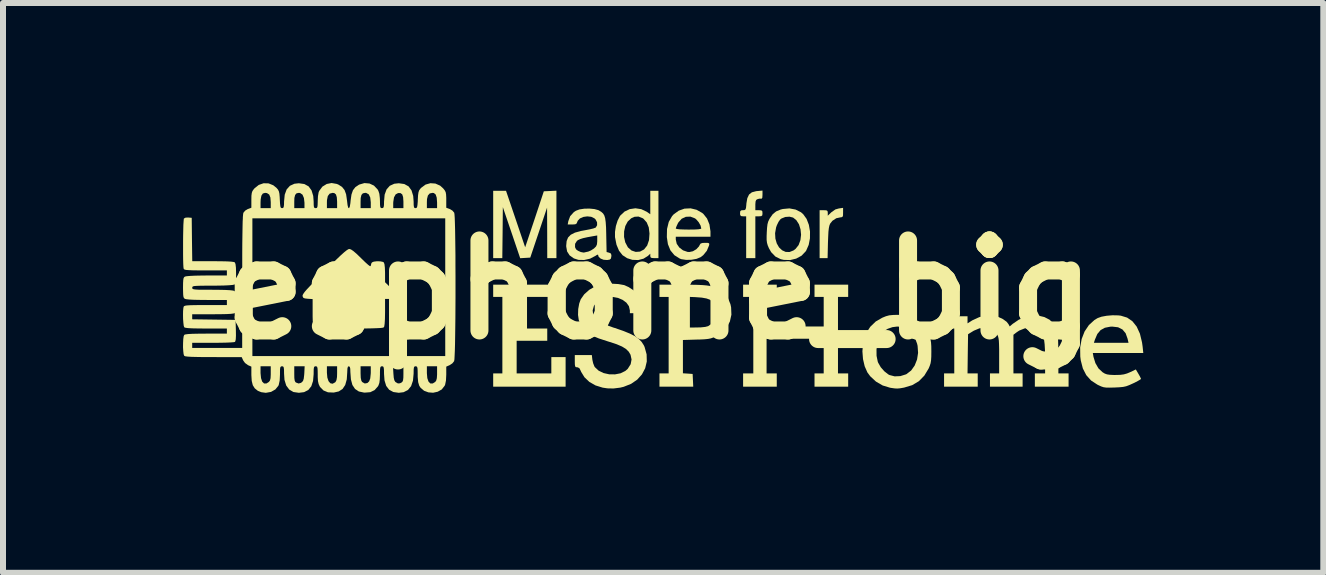
<source format=kicad_pcb>
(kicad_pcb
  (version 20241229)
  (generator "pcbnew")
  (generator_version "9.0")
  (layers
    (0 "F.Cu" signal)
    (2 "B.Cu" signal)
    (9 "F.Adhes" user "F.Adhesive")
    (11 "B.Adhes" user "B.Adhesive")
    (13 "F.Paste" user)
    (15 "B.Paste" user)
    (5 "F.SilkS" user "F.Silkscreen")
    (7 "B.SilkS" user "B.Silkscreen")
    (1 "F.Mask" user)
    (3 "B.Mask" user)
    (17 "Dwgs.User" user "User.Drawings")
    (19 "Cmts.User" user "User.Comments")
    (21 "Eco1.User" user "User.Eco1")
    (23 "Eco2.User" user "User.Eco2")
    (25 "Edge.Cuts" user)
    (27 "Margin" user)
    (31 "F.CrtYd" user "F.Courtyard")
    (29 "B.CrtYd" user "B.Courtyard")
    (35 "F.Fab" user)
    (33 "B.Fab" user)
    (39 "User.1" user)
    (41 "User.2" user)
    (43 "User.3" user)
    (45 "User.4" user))
  (footprint "esphome_big"
    (layer "F.Cu")
    (at 7.94 1.779)
    (property "Reference" "esphome_big" (at 0 0 0) (layer "F.SilkS") (effects (font (size 1.5 1.5) (thickness 0.3))))
    (attr board_only exclude_from_pos_files exclude_from_bom)
    (fp_poly (pts (xy -1.717 -1.089) (xy -1.717 -0.527) (xy -1.794 -0.527) (xy -1.87 -0.527) (xy -1.871 -0.948) (xy -1.873 -1.369) (xy -2.013 -0.952) (xy -2.153 -0.536) (xy -2.237 -0.531) (xy -2.321 -0.526) (xy -2.465 -0.951) (xy -2.61 -1.377) (xy -2.614 -0.952) (xy -2.619 -0.527) (xy -2.695 -0.527) (xy -2.771 -0.527) (xy -2.771 -1.088) (xy -2.771 -1.649) (xy -2.664 -1.649) (xy -2.557 -1.649) (xy -2.397 -1.178) (xy -2.238 -0.708) (xy -2.082 -1.174) (xy -1.927 -1.641) (xy -1.822 -1.646) (xy -1.717 -1.651)) (stroke (width 0) (type solid)) (fill yes) (layer "F.SilkS"))
    (fp_poly (pts (xy 3.06 -1.286) (xy 3.059 -1.238) (xy 3.05 -1.215) (xy 3.031 -1.208) (xy 3.017 -1.207) (xy 2.947 -1.192) (xy 2.883 -1.15) (xy 2.844 -1.101) (xy 2.832 -1.07) (xy 2.823 -1.028) (xy 2.816 -0.968) (xy 2.812 -0.886) (xy 2.808 -0.786) (xy 2.802 -0.527) (xy 2.735 -0.527) (xy 2.669 -0.527) (xy 2.669 -0.927) (xy 2.669 -1.326) (xy 2.737 -1.326) (xy 2.781 -1.324) (xy 2.8 -1.313) (xy 2.805 -1.287) (xy 2.805 -1.28) (xy 2.805 -1.234) (xy 2.863 -1.29) (xy 2.932 -1.339) (xy 2.99 -1.355) (xy 3.06 -1.365)) (stroke (width 0) (type solid)) (fill yes) (layer "F.SilkS"))
    (fp_poly (pts (xy -1.564 0.162) (xy -1.564 0.408) (xy -1.683 0.408) (xy -1.802 0.408) (xy -1.802 0.264) (xy -1.802 0.119) (xy -2.091 0.119) (xy -2.38 0.119) (xy -2.38 0.383) (xy -2.38 0.646) (xy -2.125 0.646) (xy -1.87 0.646) (xy -1.87 0.748) (xy -1.87 0.85) (xy -2.125 0.85) (xy -2.38 0.85) (xy -2.38 1.122) (xy -2.38 1.394) (xy -2.091 1.394) (xy -1.802 1.394) (xy -1.802 1.258) (xy -1.802 1.122) (xy -1.683 1.122) (xy -1.564 1.122) (xy -1.564 1.369) (xy -1.564 1.615) (xy -2.168 1.615) (xy -2.771 1.615) (xy -2.771 1.505) (xy -2.771 1.394) (xy -2.695 1.394) (xy -2.618 1.394) (xy -2.618 0.757) (xy -2.618 0.119) (xy -2.695 0.119) (xy -2.771 0.119) (xy -2.771 0.017) (xy -2.771 -0.085) (xy -2.168 -0.085) (xy -1.564 -0.085)) (stroke (width 0) (type solid)) (fill yes) (layer "F.SilkS"))
    (fp_poly (pts (xy 1.717 -1.581) (xy 1.714 -1.534) (xy 1.702 -1.517) (xy 1.696 -1.518) (xy 1.664 -1.518) (xy 1.636 -1.511) (xy 1.613 -1.498) (xy 1.602 -1.473) (xy 1.598 -1.426) (xy 1.598 -1.412) (xy 1.598 -1.326) (xy 1.658 -1.326) (xy 1.698 -1.323) (xy 1.714 -1.309) (xy 1.717 -1.275) (xy 1.714 -1.241) (xy 1.697 -1.227) (xy 1.658 -1.224) (xy 1.598 -1.224) (xy 1.598 -0.876) (xy 1.598 -0.527) (xy 1.522 -0.527) (xy 1.445 -0.527) (xy 1.445 -0.876) (xy 1.445 -1.224) (xy 1.394 -1.224) (xy 1.358 -1.228) (xy 1.345 -1.248) (xy 1.343 -1.275) (xy 1.347 -1.311) (xy 1.367 -1.325) (xy 1.392 -1.326) (xy 1.418 -1.328) (xy 1.433 -1.338) (xy 1.442 -1.363) (xy 1.447 -1.412) (xy 1.449 -1.439) (xy 1.464 -1.526) (xy 1.493 -1.587) (xy 1.54 -1.624) (xy 1.611 -1.643) (xy 1.631 -1.645) (xy 1.717 -1.653)) (stroke (width 0) (type solid)) (fill yes) (layer "F.SilkS"))
    (fp_poly (pts (xy -0.017 -1.088) (xy -0.017 -0.527) (xy -0.085 -0.527) (xy -0.129 -0.53) (xy -0.149 -0.541) (xy -0.153 -0.564) (xy -0.153 -0.601) (xy -0.191 -0.565) (xy -0.266 -0.518) (xy -0.355 -0.495) (xy -0.452 -0.499) (xy -0.538 -0.526) (xy -0.615 -0.576) (xy -0.674 -0.651) (xy -0.716 -0.751) (xy -0.741 -0.877) (xy -0.741 -0.88) (xy -0.59 -0.88) (xy -0.57 -0.79) (xy -0.528 -0.711) (xy -0.525 -0.706) (xy -0.465 -0.654) (xy -0.396 -0.631) (xy -0.324 -0.636) (xy -0.257 -0.672) (xy -0.205 -0.737) (xy -0.174 -0.827) (xy -0.166 -0.937) (xy -0.178 -1.039) (xy -0.212 -1.122) (xy -0.265 -1.182) (xy -0.279 -1.192) (xy -0.349 -1.22) (xy -0.417 -1.216) (xy -0.471 -1.191) (xy -0.529 -1.137) (xy -0.569 -1.062) (xy -0.589 -0.973) (xy -0.59 -0.88) (xy -0.741 -0.88) (xy -0.741 -0.965) (xy -0.726 -1.062) (xy -0.697 -1.154) (xy -0.659 -1.228) (xy -0.653 -1.236) (xy -0.582 -1.303) (xy -0.495 -1.344) (xy -0.4 -1.358) (xy -0.303 -1.343) (xy -0.214 -1.301) (xy -0.153 -1.259) (xy -0.153 -1.454) (xy -0.153 -1.649) (xy -0.085 -1.649) (xy -0.017 -1.649)) (stroke (width 0) (type solid)) (fill yes) (layer "F.SilkS"))
    (fp_poly (pts (xy 1.955 0.017) (xy 1.955 0.119) (xy 1.87 0.119) (xy 1.785 0.119) (xy 1.785 0.366) (xy 1.785 0.612) (xy 2.261 0.612) (xy 2.737 0.612) (xy 2.737 0.366) (xy 2.737 0.119) (xy 2.661 0.119) (xy 2.584 0.119) (xy 2.584 0.017) (xy 2.584 -0.085) (xy 2.865 -0.085) (xy 3.145 -0.085) (xy 3.145 0.017) (xy 3.145 0.119) (xy 3.06 0.119) (xy 2.975 0.119) (xy 2.975 0.757) (xy 2.975 1.394) (xy 3.06 1.394) (xy 3.145 1.394) (xy 3.145 1.505) (xy 3.145 1.615) (xy 2.865 1.615) (xy 2.584 1.615) (xy 2.584 1.505) (xy 2.584 1.394) (xy 2.661 1.394) (xy 2.737 1.394) (xy 2.737 1.105) (xy 2.737 0.816) (xy 2.261 0.816) (xy 1.785 0.816) (xy 1.785 1.105) (xy 1.785 1.394) (xy 1.87 1.394) (xy 1.955 1.394) (xy 1.955 1.505) (xy 1.955 1.615) (xy 1.675 1.615) (xy 1.394 1.615) (xy 1.394 1.505) (xy 1.394 1.394) (xy 1.479 1.394) (xy 1.564 1.394) (xy 1.564 0.757) (xy 1.564 0.119) (xy 1.479 0.119) (xy 1.394 0.119) (xy 1.394 0.017) (xy 1.394 -0.085) (xy 1.675 -0.085) (xy 1.955 -0.085)) (stroke (width 0) (type solid)) (fill yes) (layer "F.SilkS"))
    (fp_poly (pts (xy 2.268 -1.337) (xy 2.358 -1.292) (xy 2.395 -1.26) (xy 2.452 -1.181) (xy 2.49 -1.082) (xy 2.509 -0.971) (xy 2.508 -0.857) (xy 2.487 -0.748) (xy 2.445 -0.652) (xy 2.435 -0.638) (xy 2.367 -0.567) (xy 2.278 -0.519) (xy 2.177 -0.495) (xy 2.071 -0.498) (xy 2.02 -0.51) (xy 1.933 -0.553) (xy 1.862 -0.626) (xy 1.824 -0.693) (xy 1.804 -0.74) (xy 1.792 -0.783) (xy 1.786 -0.831) (xy 1.786 -0.896) (xy 1.788 -0.943) (xy 1.927 -0.943) (xy 1.932 -0.852) (xy 1.955 -0.772) (xy 1.993 -0.706) (xy 2.044 -0.658) (xy 2.103 -0.631) (xy 2.168 -0.629) (xy 2.235 -0.656) (xy 2.268 -0.681) (xy 2.319 -0.745) (xy 2.349 -0.827) (xy 2.36 -0.917) (xy 2.351 -1.007) (xy 2.325 -1.091) (xy 2.28 -1.161) (xy 2.227 -1.203) (xy 2.167 -1.218) (xy 2.097 -1.213) (xy 2.034 -1.188) (xy 2.012 -1.171) (xy 1.984 -1.132) (xy 1.957 -1.076) (xy 1.944 -1.04) (xy 1.927 -0.943) (xy 1.788 -0.943) (xy 1.788 -0.95) (xy 1.793 -1.032) (xy 1.8 -1.091) (xy 1.812 -1.136) (xy 1.832 -1.178) (xy 1.84 -1.192) (xy 1.889 -1.261) (xy 1.945 -1.306) (xy 2.02 -1.337) (xy 2.056 -1.346) (xy 2.165 -1.356)) (stroke (width 0) (type solid)) (fill yes) (layer "F.SilkS"))
    (fp_poly (pts (xy 0.52 -0.084) (xy 0.632 -0.082) (xy 0.719 -0.078) (xy 0.786 -0.072) (xy 0.839 -0.064) (xy 0.859 -0.059) (xy 0.98 -0.015) (xy 1.073 0.049) (xy 1.14 0.134) (xy 1.183 0.241) (xy 1.194 0.292) (xy 1.199 0.416) (xy 1.173 0.531) (xy 1.117 0.633) (xy 1.032 0.719) (xy 0.939 0.776) (xy 0.896 0.796) (xy 0.856 0.81) (xy 0.811 0.819) (xy 0.754 0.825) (xy 0.674 0.829) (xy 0.617 0.83) (xy 0.391 0.837) (xy 0.391 1.115) (xy 0.391 1.392) (xy 0.472 1.397) (xy 0.553 1.403) (xy 0.558 1.509) (xy 0.563 1.615) (xy 0.281 1.615) (xy 0 1.615) (xy 0 1.505) (xy 0 1.394) (xy 0.077 1.394) (xy 0.153 1.394) (xy 0.153 0.757) (xy 0.153 0.119) (xy 0.077 0.119) (xy 0 0.119) (xy 0 0.115) (xy 0.391 0.115) (xy 0.391 0.372) (xy 0.391 0.629) (xy 0.579 0.629) (xy 0.686 0.627) (xy 0.763 0.619) (xy 0.809 0.607) (xy 0.813 0.605) (xy 0.884 0.556) (xy 0.927 0.493) (xy 0.947 0.409) (xy 0.948 0.395) (xy 0.948 0.327) (xy 0.938 0.278) (xy 0.92 0.243) (xy 0.885 0.199) (xy 0.842 0.166) (xy 0.784 0.145) (xy 0.706 0.131) (xy 0.6 0.123) (xy 0.582 0.122) (xy 0.391 0.115) (xy 0 0.115) (xy 0 0.017) (xy 0 -0.085) (xy 0.379 -0.085)) (stroke (width 0) (type solid)) (fill yes) (layer "F.SilkS"))
    (fp_poly (pts (xy 0.619 -1.333) (xy 0.711 -1.281) (xy 0.732 -1.264) (xy 0.793 -1.187) (xy 0.833 -1.088) (xy 0.85 -0.974) (xy 0.85 -0.957) (xy 0.85 -0.884) (xy 0.561 -0.884) (xy 0.272 -0.884) (xy 0.272 -0.837) (xy 0.288 -0.766) (xy 0.331 -0.704) (xy 0.393 -0.657) (xy 0.468 -0.631) (xy 0.499 -0.629) (xy 0.558 -0.642) (xy 0.615 -0.676) (xy 0.658 -0.722) (xy 0.672 -0.749) (xy 0.686 -0.77) (xy 0.717 -0.78) (xy 0.76 -0.782) (xy 0.807 -0.781) (xy 0.827 -0.774) (xy 0.83 -0.755) (xy 0.825 -0.735) (xy 0.789 -0.649) (xy 0.729 -0.576) (xy 0.686 -0.543) (xy 0.618 -0.515) (xy 0.533 -0.5) (xy 0.444 -0.498) (xy 0.365 -0.51) (xy 0.34 -0.519) (xy 0.249 -0.576) (xy 0.183 -0.656) (xy 0.141 -0.759) (xy 0.123 -0.877) (xy 0.126 -1.014) (xy 0.128 -1.021) (xy 0.272 -1.021) (xy 0.289 -1.013) (xy 0.337 -1.007) (xy 0.415 -1.004) (xy 0.485 -1.003) (xy 0.581 -1.004) (xy 0.65 -1.008) (xy 0.689 -1.015) (xy 0.697 -1.021) (xy 0.685 -1.071) (xy 0.653 -1.127) (xy 0.612 -1.174) (xy 0.592 -1.19) (xy 0.515 -1.219) (xy 0.44 -1.216) (xy 0.371 -1.184) (xy 0.317 -1.124) (xy 0.307 -1.107) (xy 0.286 -1.062) (xy 0.273 -1.028) (xy 0.272 -1.021) (xy 0.128 -1.021) (xy 0.155 -1.131) (xy 0.21 -1.227) (xy 0.236 -1.256) (xy 0.321 -1.318) (xy 0.417 -1.352) (xy 0.519 -1.357)) (stroke (width 0) (type solid)) (fill yes) (layer "F.SilkS"))
    (fp_poly (pts (xy 7.647 0.427) (xy 7.689 0.432) (xy 7.794 0.464) (xy 7.882 0.525) (xy 7.953 0.614) (xy 8.007 0.732) (xy 8.042 0.877) (xy 8.052 0.948) (xy 8.063 1.054) (xy 7.642 1.054) (xy 7.222 1.054) (xy 7.233 1.118) (xy 7.265 1.222) (xy 7.316 1.31) (xy 7.383 1.373) (xy 7.384 1.374) (xy 7.422 1.397) (xy 7.459 1.41) (xy 7.505 1.417) (xy 7.571 1.42) (xy 7.598 1.42) (xy 7.679 1.418) (xy 7.739 1.41) (xy 7.792 1.395) (xy 7.842 1.374) (xy 7.939 1.328) (xy 7.982 1.401) (xy 8.007 1.445) (xy 8.022 1.477) (xy 8.025 1.486) (xy 8.01 1.498) (xy 7.972 1.52) (xy 7.917 1.549) (xy 7.893 1.56) (xy 7.829 1.589) (xy 7.778 1.608) (xy 7.727 1.619) (xy 7.665 1.625) (xy 7.583 1.629) (xy 7.501 1.631) (xy 7.444 1.63) (xy 7.401 1.624) (xy 7.362 1.611) (xy 7.316 1.59) (xy 7.298 1.581) (xy 7.193 1.512) (xy 7.113 1.423) (xy 7.056 1.312) (xy 7.021 1.176) (xy 7.013 1.113) (xy 7.011 0.961) (xy 7.025 0.884) (xy 7.24 0.884) (xy 7.529 0.884) (xy 7.817 0.884) (xy 7.801 0.815) (xy 7.769 0.725) (xy 7.716 0.662) (xy 7.643 0.625) (xy 7.547 0.614) (xy 7.515 0.615) (xy 7.423 0.633) (xy 7.352 0.672) (xy 7.297 0.737) (xy 7.257 0.831) (xy 7.252 0.846) (xy 7.24 0.884) (xy 7.025 0.884) (xy 7.036 0.821) (xy 7.085 0.695) (xy 7.157 0.588) (xy 7.249 0.504) (xy 7.302 0.472) (xy 7.367 0.449) (xy 7.454 0.433) (xy 7.551 0.425)) (stroke (width 0) (type solid)) (fill yes) (layer "F.SilkS"))
    (fp_poly (pts (xy 4.042 0.42) (xy 4.102 0.428) (xy 4.157 0.443) (xy 4.208 0.465) (xy 4.322 0.532) (xy 4.41 0.618) (xy 4.478 0.728) (xy 4.483 0.737) (xy 4.504 0.788) (xy 4.518 0.832) (xy 4.526 0.88) (xy 4.53 0.942) (xy 4.531 1.027) (xy 4.531 1.029) (xy 4.53 1.116) (xy 4.526 1.178) (xy 4.518 1.226) (xy 4.504 1.269) (xy 4.487 1.31) (xy 4.414 1.431) (xy 4.323 1.524) (xy 4.211 1.59) (xy 4.078 1.63) (xy 4.073 1.631) (xy 4.01 1.642) (xy 3.964 1.646) (xy 3.921 1.644) (xy 3.864 1.636) (xy 3.841 1.632) (xy 3.72 1.595) (xy 3.608 1.53) (xy 3.513 1.442) (xy 3.465 1.377) (xy 3.42 1.275) (xy 3.392 1.155) (xy 3.382 1.025) (xy 3.385 0.993) (xy 3.617 0.993) (xy 3.618 1.101) (xy 3.638 1.198) (xy 3.645 1.216) (xy 3.688 1.291) (xy 3.748 1.359) (xy 3.813 1.41) (xy 3.834 1.421) (xy 3.919 1.443) (xy 4.014 1.439) (xy 4.104 1.411) (xy 4.116 1.406) (xy 4.194 1.346) (xy 4.253 1.263) (xy 4.293 1.162) (xy 4.31 1.051) (xy 4.302 0.935) (xy 4.294 0.9) (xy 4.252 0.787) (xy 4.19 0.702) (xy 4.11 0.645) (xy 4.012 0.616) (xy 3.961 0.613) (xy 3.883 0.623) (xy 3.805 0.65) (xy 3.74 0.689) (xy 3.72 0.708) (xy 3.67 0.786) (xy 3.635 0.885) (xy 3.617 0.993) (xy 3.385 0.993) (xy 3.391 0.898) (xy 3.419 0.782) (xy 3.44 0.731) (xy 3.513 0.617) (xy 3.604 0.529) (xy 3.713 0.466) (xy 3.774 0.441) (xy 3.83 0.426) (xy 3.894 0.42) (xy 3.961 0.418)) (stroke (width 0) (type solid)) (fill yes) (layer "F.SilkS"))
    (fp_poly (pts (xy -5.141 -0.672) (xy -5.101 -0.645) (xy -5.045 -0.597) (xy -4.971 -0.525) (xy -4.969 -0.523) (xy -4.902 -0.458) (xy -4.855 -0.416) (xy -4.827 -0.395) (xy -4.813 -0.394) (xy -4.811 -0.401) (xy -4.802 -0.439) (xy -4.791 -0.456) (xy -4.76 -0.469) (xy -4.709 -0.475) (xy -4.655 -0.474) (xy -4.61 -0.465) (xy -4.594 -0.456) (xy -4.583 -0.427) (xy -4.576 -0.368) (xy -4.573 -0.283) (xy -4.573 -0.281) (xy -4.573 -0.126) (xy -4.496 -0.05) (xy -4.439 0.008) (xy -4.405 0.052) (xy -4.392 0.086) (xy -4.395 0.118) (xy -4.395 0.12) (xy -4.408 0.14) (xy -4.436 0.15) (xy -4.489 0.153) (xy -4.489 0.153) (xy -4.573 0.153) (xy -4.573 0.379) (xy -4.575 0.49) (xy -4.58 0.567) (xy -4.587 0.613) (xy -4.594 0.626) (xy -4.61 0.632) (xy -4.646 0.637) (xy -4.705 0.64) (xy -4.79 0.643) (xy -4.901 0.645) (xy -5.043 0.646) (xy -5.171 0.646) (xy -5.325 0.646) (xy -5.45 0.645) (xy -5.547 0.644) (xy -5.62 0.642) (xy -5.674 0.639) (xy -5.711 0.635) (xy -5.735 0.63) (xy -5.749 0.623) (xy -5.754 0.619) (xy -5.765 0.601) (xy -5.773 0.571) (xy -5.778 0.522) (xy -5.78 0.449) (xy -5.78 0.374) (xy -5.78 0.155) (xy -5.861 0.15) (xy -5.911 0.144) (xy -5.936 0.133) (xy -5.946 0.111) (xy -5.948 0.104) (xy -5.946 0.088) (xy -5.934 0.066) (xy -5.912 0.035) (xy -5.875 -0.008) (xy -5.822 -0.064) (xy -5.751 -0.138) (xy -5.66 -0.231) (xy -5.582 -0.309) (xy -5.471 -0.42) (xy -5.38 -0.508) (xy -5.309 -0.576) (xy -5.254 -0.625) (xy -5.214 -0.657) (xy -5.186 -0.675) (xy -5.169 -0.68)) (stroke (width 0) (type solid)) (fill yes) (layer "F.SilkS"))
    (fp_poly (pts (xy -1.084 -1.345) (xy -1.018 -1.327) (xy -1.007 -1.321) (xy -0.969 -1.298) (xy -0.94 -1.272) (xy -0.919 -1.238) (xy -0.905 -1.192) (xy -0.896 -1.127) (xy -0.89 -1.04) (xy -0.887 -0.924) (xy -0.887 -0.915) (xy -0.881 -0.629) (xy -0.839 -0.618) (xy -0.81 -0.605) (xy -0.801 -0.578) (xy -0.802 -0.555) (xy -0.809 -0.52) (xy -0.828 -0.503) (xy -0.87 -0.496) (xy -0.873 -0.496) (xy -0.931 -0.5) (xy -0.981 -0.52) (xy -1.013 -0.549) (xy -1.02 -0.571) (xy -1.024 -0.586) (xy -1.042 -0.581) (xy -1.067 -0.565) (xy -1.157 -0.518) (xy -1.255 -0.496) (xy -1.351 -0.498) (xy -1.427 -0.523) (xy -1.497 -0.573) (xy -1.539 -0.638) (xy -1.552 -0.71) (xy -1.407 -0.71) (xy -1.39 -0.674) (xy -1.358 -0.65) (xy -1.311 -0.629) (xy -1.265 -0.62) (xy -1.25 -0.622) (xy -1.221 -0.629) (xy -1.187 -0.636) (xy -1.144 -0.654) (xy -1.097 -0.684) (xy -1.089 -0.69) (xy -1.057 -0.722) (xy -1.042 -0.756) (xy -1.037 -0.806) (xy -1.037 -0.819) (xy -1.037 -0.905) (xy -1.101 -0.894) (xy -1.201 -0.876) (xy -1.273 -0.86) (xy -1.323 -0.844) (xy -1.357 -0.828) (xy -1.375 -0.815) (xy -1.406 -0.766) (xy -1.407 -0.71) (xy -1.552 -0.71) (xy -1.554 -0.723) (xy -1.554 -0.736) (xy -1.547 -0.812) (xy -1.523 -0.871) (xy -1.478 -0.917) (xy -1.409 -0.952) (xy -1.312 -0.979) (xy -1.231 -0.994) (xy -1.162 -1.007) (xy -1.104 -1.021) (xy -1.068 -1.034) (xy -1.061 -1.038) (xy -1.039 -1.076) (xy -1.04 -1.125) (xy -1.064 -1.171) (xy -1.082 -1.189) (xy -1.137 -1.216) (xy -1.203 -1.223) (xy -1.268 -1.214) (xy -1.325 -1.189) (xy -1.362 -1.15) (xy -1.37 -1.13) (xy -1.381 -1.104) (xy -1.404 -1.091) (xy -1.449 -1.088) (xy -1.455 -1.088) (xy -1.529 -1.088) (xy -1.519 -1.143) (xy -1.488 -1.226) (xy -1.427 -1.294) (xy -1.392 -1.317) (xy -1.333 -1.339) (xy -1.254 -1.351) (xy -1.167 -1.353)) (stroke (width 0) (type solid)) (fill yes) (layer "F.SilkS"))
    (fp_poly (pts (xy 5.564 0.432) (xy 5.646 0.452) (xy 5.723 0.488) (xy 5.785 0.533) (xy 5.816 0.572) (xy 5.837 0.611) (xy 5.887 0.568) (xy 5.99 0.498) (xy 6.099 0.452) (xy 6.209 0.43) (xy 6.316 0.431) (xy 6.415 0.455) (xy 6.502 0.5) (xy 6.57 0.566) (xy 6.617 0.653) (xy 6.622 0.668) (xy 6.632 0.715) (xy 6.64 0.778) (xy 6.644 0.861) (xy 6.647 0.971) (xy 6.648 1.074) (xy 6.648 1.394) (xy 6.733 1.394) (xy 6.818 1.394) (xy 6.818 1.505) (xy 6.818 1.615) (xy 6.537 1.615) (xy 6.256 1.615) (xy 6.256 1.505) (xy 6.256 1.394) (xy 6.341 1.394) (xy 6.427 1.394) (xy 6.427 1.148) (xy 6.425 1.014) (xy 6.419 0.908) (xy 6.409 0.827) (xy 6.393 0.767) (xy 6.37 0.723) (xy 6.34 0.69) (xy 6.34 0.69) (xy 6.266 0.649) (xy 6.179 0.634) (xy 6.086 0.644) (xy 5.996 0.68) (xy 5.955 0.707) (xy 5.899 0.75) (xy 5.899 1.072) (xy 5.899 1.394) (xy 5.976 1.394) (xy 6.052 1.394) (xy 6.052 1.505) (xy 6.052 1.615) (xy 5.78 1.615) (xy 5.508 1.615) (xy 5.508 1.505) (xy 5.508 1.394) (xy 5.585 1.394) (xy 5.661 1.394) (xy 5.661 1.101) (xy 5.661 0.99) (xy 5.659 0.908) (xy 5.656 0.848) (xy 5.65 0.806) (xy 5.642 0.774) (xy 5.63 0.749) (xy 5.578 0.685) (xy 5.508 0.646) (xy 5.424 0.632) (xy 5.332 0.643) (xy 5.239 0.682) (xy 5.224 0.691) (xy 5.143 0.741) (xy 5.138 1.068) (xy 5.134 1.394) (xy 5.219 1.394) (xy 5.304 1.394) (xy 5.304 1.505) (xy 5.304 1.615) (xy 5.024 1.615) (xy 4.743 1.615) (xy 4.743 1.505) (xy 4.743 1.394) (xy 4.828 1.394) (xy 4.913 1.394) (xy 4.913 1.02) (xy 4.913 0.646) (xy 4.828 0.646) (xy 4.743 0.646) (xy 4.743 0.544) (xy 4.743 0.442) (xy 4.939 0.442) (xy 5.134 0.442) (xy 5.134 0.501) (xy 5.134 0.56) (xy 5.213 0.51) (xy 5.33 0.456) (xy 5.457 0.43)) (stroke (width 0) (type solid)) (fill yes) (layer "F.SilkS"))
    (fp_poly (pts (xy -0.683 -0.095) (xy -0.594 -0.079) (xy -0.591 -0.079) (xy -0.514 -0.045) (xy -0.435 0.007) (xy -0.364 0.069) (xy -0.313 0.132) (xy -0.307 0.143) (xy -0.273 0.179) (xy -0.244 0.187) (xy -0.222 0.19) (xy -0.21 0.203) (xy -0.205 0.234) (xy -0.204 0.289) (xy -0.204 0.391) (xy -0.349 0.391) (xy -0.493 0.391) (xy -0.493 0.344) (xy -0.509 0.274) (xy -0.551 0.215) (xy -0.613 0.169) (xy -0.69 0.136) (xy -0.775 0.12) (xy -0.863 0.12) (xy -0.946 0.14) (xy -1.02 0.181) (xy -1.04 0.198) (xy -1.092 0.268) (xy -1.113 0.343) (xy -1.104 0.419) (xy -1.065 0.488) (xy -1.037 0.516) (xy -1.001 0.538) (xy -0.94 0.566) (xy -0.859 0.597) (xy -0.765 0.631) (xy -0.744 0.637) (xy -0.605 0.685) (xy -0.494 0.73) (xy -0.409 0.773) (xy -0.345 0.819) (xy -0.297 0.869) (xy -0.261 0.925) (xy -0.248 0.953) (xy -0.214 1.076) (xy -0.211 1.195) (xy -0.238 1.308) (xy -0.292 1.41) (xy -0.371 1.498) (xy -0.473 1.568) (xy -0.596 1.617) (xy -0.654 1.631) (xy -0.766 1.645) (xy -0.867 1.643) (xy -0.947 1.631) (xy -1.066 1.594) (xy -1.169 1.535) (xy -1.25 1.458) (xy -1.305 1.368) (xy -1.311 1.354) (xy -1.332 1.31) (xy -1.36 1.293) (xy -1.372 1.292) (xy -1.394 1.289) (xy -1.405 1.276) (xy -1.41 1.244) (xy -1.411 1.19) (xy -1.411 1.088) (xy -1.269 1.088) (xy -1.127 1.088) (xy -1.118 1.167) (xy -1.105 1.225) (xy -1.084 1.278) (xy -1.076 1.29) (xy -1.014 1.348) (xy -0.932 1.388) (xy -0.838 1.409) (xy -0.741 1.41) (xy -0.648 1.392) (xy -0.569 1.353) (xy -0.529 1.318) (xy -0.48 1.241) (xy -0.465 1.162) (xy -0.482 1.083) (xy -0.512 1.032) (xy -0.558 0.987) (xy -0.624 0.946) (xy -0.715 0.907) (xy -0.835 0.868) (xy -0.87 0.857) (xy -1.011 0.811) (xy -1.122 0.765) (xy -1.207 0.714) (xy -1.269 0.656) (xy -1.314 0.588) (xy -1.344 0.506) (xy -1.345 0.503) (xy -1.357 0.419) (xy -1.354 0.322) (xy -1.337 0.228) (xy -1.312 0.159) (xy -1.254 0.076) (xy -1.17 0.001) (xy -1.072 -0.056) (xy -1.072 -0.057) (xy -0.994 -0.081) (xy -0.895 -0.096) (xy -0.787 -0.101)) (stroke (width 0) (type solid)) (fill yes) (layer "F.SilkS"))
    (fp_poly (pts (xy -5.378 -1.764) (xy -5.351 -1.753) (xy -5.29 -1.714) (xy -5.248 -1.662) (xy -5.222 -1.591) (xy -5.208 -1.494) (xy -5.207 -1.487) (xy -5.198 -1.411) (xy -5.187 -1.368) (xy -5.174 -1.359) (xy -5.173 -1.36) (xy -4.981 -1.36) (xy -4.896 -1.36) (xy -4.811 -1.36) (xy -4.811 -1.457) (xy -4.82 -1.538) (xy -4.845 -1.59) (xy -4.887 -1.614) (xy -4.904 -1.615) (xy -4.943 -1.607) (xy -4.967 -1.58) (xy -4.979 -1.529) (xy -4.981 -1.467) (xy -4.981 -1.36) (xy -5.173 -1.36) (xy -5.161 -1.384) (xy -5.151 -1.443) (xy -5.147 -1.487) (xy -5.133 -1.586) (xy -5.108 -1.659) (xy -5.067 -1.711) (xy -5.007 -1.751) (xy -5.003 -1.753) (xy -4.917 -1.778) (xy -4.833 -1.771) (xy -4.758 -1.736) (xy -4.698 -1.673) (xy -4.684 -1.648) (xy -4.668 -1.599) (xy -4.66 -1.527) (xy -4.658 -1.48) (xy -4.657 -1.417) (xy -4.653 -1.381) (xy -4.644 -1.364) (xy -4.627 -1.36) (xy -4.624 -1.36) (xy -4.437 -1.36) (xy -4.352 -1.36) (xy -4.267 -1.36) (xy -4.267 -1.469) (xy -4.272 -1.544) (xy -4.287 -1.59) (xy -4.316 -1.611) (xy -4.355 -1.612) (xy -4.396 -1.59) (xy -4.424 -1.54) (xy -4.436 -1.464) (xy -4.437 -1.441) (xy -4.437 -1.36) (xy -4.624 -1.36) (xy -4.606 -1.364) (xy -4.596 -1.379) (xy -4.591 -1.413) (xy -4.59 -1.471) (xy -4.58 -1.585) (xy -4.548 -1.672) (xy -4.494 -1.733) (xy -4.419 -1.767) (xy -4.344 -1.775) (xy -4.252 -1.762) (xy -4.181 -1.723) (xy -4.132 -1.656) (xy -4.104 -1.564) (xy -4.097 -1.471) (xy -4.096 -1.411) (xy -4.091 -1.377) (xy -4.081 -1.363) (xy -4.065 -1.36) (xy -3.876 -1.36) (xy -3.791 -1.36) (xy -3.706 -1.36) (xy -3.706 -1.455) (xy -3.712 -1.535) (xy -3.729 -1.587) (xy -3.759 -1.612) (xy -3.782 -1.615) (xy -3.829 -1.605) (xy -3.859 -1.571) (xy -3.874 -1.512) (xy -3.876 -1.461) (xy -3.876 -1.36) (xy -4.065 -1.36) (xy -4.049 -1.364) (xy -4.039 -1.379) (xy -4.033 -1.412) (xy -4.028 -1.469) (xy -4.027 -1.504) (xy -4.023 -1.576) (xy -4.016 -1.623) (xy -4.005 -1.656) (xy -3.985 -1.684) (xy -3.971 -1.699) (xy -3.898 -1.753) (xy -3.817 -1.776) (xy -3.734 -1.77) (xy -3.655 -1.735) (xy -3.606 -1.691) (xy -3.579 -1.658) (xy -3.563 -1.627) (xy -3.556 -1.589) (xy -3.553 -1.531) (xy -3.553 -1.499) (xy -3.553 -1.367) (xy -3.496 -1.346) (xy -3.451 -1.32) (xy -3.42 -1.284) (xy -3.42 -1.283) (xy -3.416 -1.257) (xy -3.412 -1.2) (xy -3.409 -1.116) (xy -3.406 -1.009) (xy -3.404 -0.881) (xy -3.402 -0.736) (xy -3.4 -0.577) (xy -3.4 -0.409) (xy -3.399 -0.233) (xy -3.399 -0.054) (xy -3.399 0.126) (xy -3.4 0.302) (xy -3.401 0.471) (xy -3.403 0.631) (xy -3.405 0.777) (xy -3.407 0.907) (xy -3.41 1.016) (xy -3.414 1.102) (xy -3.417 1.16) (xy -3.422 1.189) (xy -3.422 1.19) (xy -3.452 1.227) (xy -3.496 1.256) (xy -3.498 1.257) (xy -3.553 1.281) (xy -3.553 1.415) (xy -3.558 1.513) (xy -3.572 1.582) (xy -3.58 1.6) (xy -3.628 1.661) (xy -3.695 1.699) (xy -3.772 1.716) (xy -3.85 1.71) (xy -3.923 1.683) (xy -3.981 1.633) (xy -4.003 1.6) (xy -4.021 1.541) (xy -4.029 1.451) (xy -4.029 1.412) (xy -4.03 1.344) (xy -4.033 1.303) (xy -4.041 1.283) (xy -4.054 1.276) (xy -4.063 1.275) (xy -3.876 1.275) (xy -3.876 1.389) (xy -3.869 1.472) (xy -3.849 1.53) (xy -3.819 1.561) (xy -3.779 1.562) (xy -3.737 1.536) (xy -3.72 1.512) (xy -3.71 1.473) (xy -3.706 1.412) (xy -3.706 1.391) (xy -3.706 1.275) (xy -3.791 1.275) (xy -3.876 1.275) (xy -4.063 1.275) (xy -4.081 1.278) (xy -4.091 1.292) (xy -4.096 1.325) (xy -4.097 1.383) (xy -4.097 1.397) (xy -4.108 1.515) (xy -4.139 1.606) (xy -4.191 1.67) (xy -4.264 1.707) (xy -4.344 1.717) (xy -4.435 1.704) (xy -4.505 1.666) (xy -4.554 1.602) (xy -4.582 1.511) (xy -4.59 1.403) (xy -4.591 1.338) (xy -4.595 1.299) (xy -4.603 1.281) (xy -4.618 1.275) (xy -4.624 1.275) (xy -4.441 1.275) (xy -4.434 1.396) (xy -4.428 1.466) (xy -4.418 1.509) (xy -4.402 1.535) (xy -4.395 1.54) (xy -4.359 1.561) (xy -4.326 1.559) (xy -4.3 1.547) (xy -4.283 1.532) (xy -4.273 1.508) (xy -4.268 1.465) (xy -4.267 1.402) (xy -4.267 1.275) (xy -4.354 1.275) (xy -4.441 1.275) (xy -4.624 1.275) (xy -4.641 1.278) (xy -4.651 1.291) (xy -4.656 1.32) (xy -4.658 1.373) (xy -4.658 1.415) (xy -4.661 1.496) (xy -4.668 1.552) (xy -4.683 1.594) (xy -4.692 1.61) (xy -4.747 1.672) (xy -4.819 1.707) (xy -4.912 1.714) (xy -4.926 1.713) (xy -5.01 1.695) (xy -5.073 1.653) (xy -5.117 1.587) (xy -5.142 1.494) (xy -5.151 1.373) (xy -5.151 1.373) (xy -5.153 1.315) (xy -5.161 1.285) (xy -5.176 1.275) (xy -5.177 1.275) (xy -4.981 1.275) (xy -4.981 1.393) (xy -4.978 1.468) (xy -4.968 1.515) (xy -4.955 1.537) (xy -4.911 1.562) (xy -4.867 1.554) (xy -4.838 1.526) (xy -4.82 1.478) (xy -4.812 1.401) (xy -4.811 1.382) (xy -4.811 1.275) (xy -4.896 1.275) (xy -4.981 1.275) (xy -5.177 1.275) (xy -5.192 1.283) (xy -5.2 1.312) (xy -5.203 1.368) (xy -5.203 1.373) (xy -5.211 1.494) (xy -5.237 1.587) (xy -5.281 1.653) (xy -5.344 1.694) (xy -5.428 1.713) (xy -5.428 1.713) (xy -5.524 1.709) (xy -5.599 1.678) (xy -5.656 1.62) (xy -5.662 1.61) (xy -5.68 1.571) (xy -5.691 1.522) (xy -5.695 1.453) (xy -5.695 1.415) (xy -5.696 1.346) (xy -5.699 1.305) (xy -5.706 1.283) (xy -5.719 1.276) (xy -5.729 1.275) (xy -5.542 1.275) (xy -5.542 1.382) (xy -5.535 1.463) (xy -5.515 1.523) (xy -5.485 1.558) (xy -5.447 1.566) (xy -5.405 1.543) (xy -5.399 1.537) (xy -5.383 1.507) (xy -5.374 1.455) (xy -5.372 1.393) (xy -5.372 1.275) (xy -5.457 1.275) (xy -5.542 1.275) (xy -5.729 1.275) (xy -5.747 1.278) (xy -5.757 1.292) (xy -5.762 1.323) (xy -5.763 1.379) (xy -5.763 1.404) (xy -5.773 1.52) (xy -5.802 1.608) (xy -5.852 1.67) (xy -5.922 1.706) (xy -6.009 1.717) (xy -6.1 1.704) (xy -6.17 1.663) (xy -6.22 1.596) (xy -6.249 1.502) (xy -6.256 1.397) (xy -6.257 1.334) (xy -6.261 1.297) (xy -6.27 1.28) (xy -6.286 1.275) (xy -6.29 1.275) (xy -6.086 1.275) (xy -6.086 1.402) (xy -6.085 1.47) (xy -6.079 1.513) (xy -6.068 1.537) (xy -6.057 1.546) (xy -6.014 1.562) (xy -5.976 1.552) (xy -5.959 1.54) (xy -5.94 1.519) (xy -5.928 1.481) (xy -5.921 1.421) (xy -5.919 1.396) (xy -5.913 1.275) (xy -6 1.275) (xy -6.086 1.275) (xy -6.29 1.275) (xy -6.307 1.278) (xy -6.318 1.291) (xy -6.323 1.321) (xy -6.324 1.375) (xy -6.324 1.412) (xy -6.329 1.512) (xy -6.344 1.582) (xy -6.351 1.6) (xy -6.401 1.661) (xy -6.473 1.702) (xy -6.558 1.717) (xy -6.563 1.717) (xy -6.636 1.707) (xy -6.693 1.684) (xy -6.744 1.643) (xy -6.777 1.591) (xy -6.795 1.519) (xy -6.801 1.422) (xy -6.801 1.415) (xy -6.801 1.281) (xy -6.814 1.275) (xy -6.648 1.275) (xy -6.648 1.389) (xy -6.64 1.472) (xy -6.621 1.53) (xy -6.59 1.561) (xy -6.55 1.562) (xy -6.509 1.536) (xy -6.491 1.512) (xy -6.481 1.473) (xy -6.478 1.412) (xy -6.478 1.391) (xy -6.478 1.275) (xy -6.563 1.275) (xy -6.648 1.275) (xy -6.814 1.275) (xy -6.856 1.257) (xy -6.907 1.22) (xy -6.937 1.178) (xy -6.962 1.123) (xy -7.43 1.122) (xy -7.583 1.122) (xy -7.703 1.12) (xy -7.795 1.118) (xy -7.859 1.114) (xy -7.9 1.109) (xy -7.919 1.102) (xy -7.919 1.102) (xy -7.93 1.074) (xy -7.936 1.023) (xy -7.94 0.958) (xy -7.939 0.888) (xy -7.936 0.823) (xy -7.929 0.774) (xy -7.919 0.751) (xy -7.899 0.744) (xy -7.855 0.738) (xy -7.783 0.734) (xy -7.683 0.732) (xy -7.554 0.731) (xy -7.209 0.731) (xy -7.209 0.689) (xy -7.209 0.646) (xy -7.554 0.646) (xy -7.685 0.645) (xy -7.785 0.643) (xy -7.856 0.639) (xy -7.9 0.633) (xy -7.919 0.626) (xy -7.928 0.601) (xy -7.934 0.551) (xy -7.939 0.487) (xy -7.94 0.418) (xy -7.939 0.353) (xy -7.934 0.303) (xy -7.929 0.282) (xy -7.922 0.273) (xy -7.905 0.266) (xy -7.875 0.261) (xy -7.827 0.258) (xy -7.756 0.256) (xy -7.659 0.255) (xy -7.564 0.255) (xy -7.209 0.255) (xy -7.209 0.213) (xy -7.209 0.17) (xy -7.541 0.17) (xy -7.658 0.169) (xy -7.757 0.167) (xy -7.835 0.163) (xy -7.887 0.157) (xy -7.907 0.152) (xy -7.922 0.141) (xy -7.932 0.121) (xy -7.937 0.085) (xy -7.939 0.028) (xy -7.94 -0.034) (xy -7.939 -0.112) (xy -7.936 -0.164) (xy -7.93 -0.195) (xy -7.919 -0.212) (xy -7.907 -0.22) (xy -7.878 -0.226) (xy -7.82 -0.231) (xy -7.737 -0.235) (xy -7.634 -0.237) (xy -7.541 -0.238) (xy -7.209 -0.238) (xy -7.209 -0.281) (xy -7.209 -0.323) (xy -7.564 -0.323) (xy -7.684 -0.323) (xy -7.775 -0.324) (xy -7.84 -0.327) (xy -7.883 -0.33) (xy -7.91 -0.335) (xy -7.924 -0.343) (xy -7.929 -0.35) (xy -7.933 -0.376) (xy -7.936 -0.43) (xy -7.938 -0.506) (xy -7.939 -0.597) (xy -7.939 -0.698) (xy -7.939 -0.803) (xy -7.938 -0.905) (xy -7.936 -1.001) (xy -7.934 -1.082) (xy -7.93 -1.144) (xy -7.927 -1.18) (xy -7.925 -1.187) (xy -7.897 -1.202) (xy -7.853 -1.204) (xy -7.795 -1.199) (xy -7.791 -0.837) (xy -7.786 -0.476) (xy -7.441 -0.476) (xy -7.31 -0.475) (xy -7.21 -0.473) (xy -7.139 -0.469) (xy -7.095 -0.463) (xy -7.076 -0.456) (xy -7.065 -0.427) (xy -7.058 -0.366) (xy -7.056 -0.278) (xy -7.056 -0.269) (xy -7.056 -0.192) (xy -7.059 -0.141) (xy -7.066 -0.11) (xy -7.077 -0.093) (xy -7.088 -0.086) (xy -7.117 -0.08) (xy -7.175 -0.075) (xy -7.258 -0.071) (xy -7.361 -0.069) (xy -7.454 -0.068) (xy -7.568 -0.068) (xy -7.653 -0.067) (xy -7.712 -0.065) (xy -7.751 -0.062) (xy -7.773 -0.057) (xy -7.783 -0.049) (xy -7.786 -0.039) (xy -7.787 -0.034) (xy -7.785 -0.022) (xy -7.778 -0.014) (xy -7.761 -0.008) (xy -7.729 -0.004) (xy -7.679 -0.001) (xy -7.605 -0.000329) (xy -7.503 -0.000015) (xy -7.454 0) (xy -7.338 0.001) (xy -7.238 0.003) (xy -7.16 0.007) (xy -7.108 0.013) (xy -7.088 0.018) (xy -7.073 0.029) (xy -7.063 0.05) (xy -7.058 0.085) (xy -7.056 0.143) (xy -7.056 0.201) (xy -7.058 0.292) (xy -7.064 0.354) (xy -7.075 0.386) (xy -7.076 0.388) (xy -7.096 0.395) (xy -7.141 0.401) (xy -7.212 0.405) (xy -7.312 0.407) (xy -7.441 0.408) (xy -7.787 0.408) (xy -7.787 0.45) (xy -7.787 0.492) (xy -7.425 0.497) (xy -7.064 0.502) (xy -7.059 0.679) (xy -7.058 0.766) (xy -7.061 0.825) (xy -7.068 0.858) (xy -7.076 0.87) (xy -7.099 0.874) (xy -7.151 0.878) (xy -7.225 0.881) (xy -7.317 0.883) (xy -7.421 0.884) (xy -7.442 0.884) (xy -7.787 0.884) (xy -7.787 0.927) (xy -7.787 0.969) (xy -7.37 0.969) (xy -6.954 0.969) (xy -6.954 -0.135) (xy -6.953 -0.378) (xy -6.953 -0.589) (xy -6.952 -0.768) (xy -6.95 -0.918) (xy -6.948 -1.041) (xy -6.946 -1.136) (xy -6.943 -1.19) (xy -6.784 -1.19) (xy -6.784 -0.043) (xy -6.784 1.105) (xy -5.177 1.105) (xy -3.57 1.105) (xy -3.57 -0.043) (xy -3.57 -1.19) (xy -5.177 -1.19) (xy -6.784 -1.19) (xy -6.943 -1.19) (xy -6.943 -1.207) (xy -6.939 -1.254) (xy -6.935 -1.28) (xy -6.934 -1.283) (xy -6.904 -1.319) (xy -6.859 -1.346) (xy -6.857 -1.346) (xy -6.819 -1.36) (xy -6.648 -1.36) (xy -6.563 -1.36) (xy -6.478 -1.36) (xy -6.478 -1.461) (xy -6.484 -1.538) (xy -6.504 -1.587) (xy -6.541 -1.611) (xy -6.572 -1.615) (xy -6.61 -1.604) (xy -6.634 -1.568) (xy -6.646 -1.505) (xy -6.648 -1.455) (xy -6.648 -1.36) (xy -6.819 -1.36) (xy -6.801 -1.367) (xy -6.801 -1.499) (xy -6.8 -1.567) (xy -6.794 -1.613) (xy -6.783 -1.645) (xy -6.761 -1.676) (xy -6.748 -1.691) (xy -6.678 -1.747) (xy -6.598 -1.775) (xy -6.514 -1.773) (xy -6.435 -1.741) (xy -6.383 -1.699) (xy -6.358 -1.67) (xy -6.343 -1.641) (xy -6.334 -1.603) (xy -6.329 -1.545) (xy -6.327 -1.504) (xy -6.323 -1.433) (xy -6.318 -1.39) (xy -6.31 -1.368) (xy -6.296 -1.361) (xy -6.289 -1.36) (xy -6.086 -1.36) (xy -6.001 -1.36) (xy -5.916 -1.36) (xy -5.916 -1.45) (xy -5.925 -1.529) (xy -5.949 -1.585) (xy -5.988 -1.612) (xy -6.008 -1.615) (xy -6.047 -1.608) (xy -6.071 -1.581) (xy -6.084 -1.531) (xy -6.086 -1.467) (xy -6.086 -1.36) (xy -6.289 -1.36) (xy -6.271 -1.364) (xy -6.262 -1.381) (xy -6.257 -1.417) (xy -6.256 -1.472) (xy -6.245 -1.585) (xy -6.213 -1.672) (xy -6.158 -1.733) (xy -6.083 -1.767) (xy -6.01 -1.775) (xy -5.918 -1.762) (xy -5.847 -1.723) (xy -5.798 -1.656) (xy -5.77 -1.564) (xy -5.763 -1.471) (xy -5.762 -1.411) (xy -5.758 -1.378) (xy -5.747 -1.363) (xy -5.729 -1.36) (xy -5.542 -1.36) (xy -5.457 -1.36) (xy -5.372 -1.36) (xy -5.372 -1.467) (xy -5.377 -1.542) (xy -5.391 -1.588) (xy -5.418 -1.611) (xy -5.447 -1.615) (xy -5.496 -1.602) (xy -5.527 -1.562) (xy -5.541 -1.494) (xy -5.542 -1.459) (xy -5.542 -1.36) (xy -5.729 -1.36) (xy -5.712 -1.363) (xy -5.701 -1.378) (xy -5.697 -1.411) (xy -5.695 -1.469) (xy -5.695 -1.48) (xy -5.691 -1.56) (xy -5.68 -1.624) (xy -5.67 -1.648) (xy -5.617 -1.719) (xy -5.545 -1.763) (xy -5.464 -1.779)) (stroke (width 0) (type solid)) (fill yes) (layer "F.SilkS")))
  (gr_rect
    (start -3 -3)
    (end 19.003 6.496)
    (stroke (width 0.1) (type default))
    (fill no)
    (layer "Edge.Cuts")))
</source>
